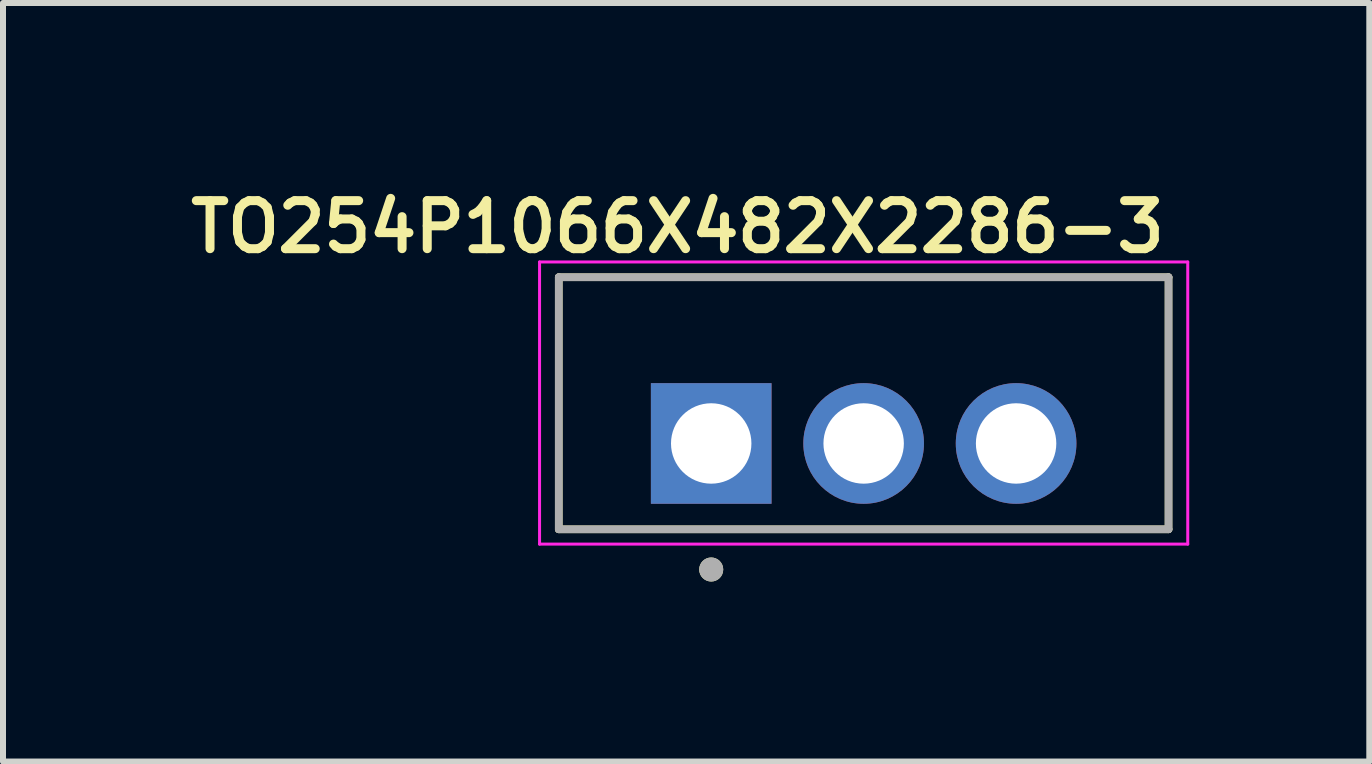
<source format=kicad_pcb>
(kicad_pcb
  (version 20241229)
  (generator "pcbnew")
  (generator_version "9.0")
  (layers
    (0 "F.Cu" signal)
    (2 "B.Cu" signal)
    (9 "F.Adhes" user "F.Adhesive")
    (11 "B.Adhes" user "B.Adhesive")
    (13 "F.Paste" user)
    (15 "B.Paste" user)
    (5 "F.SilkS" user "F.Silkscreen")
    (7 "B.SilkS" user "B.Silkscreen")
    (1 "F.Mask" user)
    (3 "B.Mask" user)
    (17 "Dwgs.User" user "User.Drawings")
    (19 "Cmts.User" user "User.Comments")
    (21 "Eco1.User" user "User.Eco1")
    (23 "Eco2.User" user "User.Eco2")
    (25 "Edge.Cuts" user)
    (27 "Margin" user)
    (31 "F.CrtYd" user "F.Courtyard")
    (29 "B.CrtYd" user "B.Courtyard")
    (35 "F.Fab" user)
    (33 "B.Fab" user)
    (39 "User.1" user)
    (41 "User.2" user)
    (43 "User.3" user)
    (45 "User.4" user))
  (footprint "TO254P1066X482X2286-3"
    (layer "F.Cu")
    (at 8.8 4.339)
    (property "Reference" "TO254P1066X482X2286-3" (at -0.56 -3.608 0) (layer "F.SilkS") (effects (font (size 0.8 0.8) (thickness 0.15))))
    (attr through_hole)
    (fp_line (start -2.54 -2.77) (end -2.54 1.43) (stroke (width 0.127) (type solid)) (layer "F.SilkS"))
    (fp_line (start -2.54 -2.77) (end 7.62 -2.77) (stroke (width 0.127) (type solid)) (layer "F.SilkS"))
    (fp_line (start -2.54 1.43) (end 7.62 1.43) (stroke (width 0.127) (type solid)) (layer "F.SilkS"))
    (fp_line (start 7.62 -2.77) (end 7.62 1.43) (stroke (width 0.127) (type solid)) (layer "F.SilkS"))
    (fp_circle (center 0 2.1) (end 0.1 2.1) (stroke (width 0.2) (type solid)) (fill no) (layer "F.SilkS"))
    (fp_line (start -2.86 -3.024) (end -2.86 1.677) (stroke (width 0.05) (type solid)) (layer "F.CrtYd"))
    (fp_line (start -2.86 -3.024) (end 7.94 -3.024) (stroke (width 0.05) (type solid)) (layer "F.CrtYd"))
    (fp_line (start -2.86 1.677) (end 7.94 1.677) (stroke (width 0.05) (type solid)) (layer "F.CrtYd"))
    (fp_line (start 7.94 -3.024) (end 7.94 1.677) (stroke (width 0.05) (type solid)) (layer "F.CrtYd"))
    (fp_line (start -2.54 -2.77) (end -2.54 1.43) (stroke (width 0.127) (type solid)) (layer "F.Fab"))
    (fp_line (start -2.54 -2.77) (end 7.62 -2.77) (stroke (width 0.127) (type solid)) (layer "F.Fab"))
    (fp_line (start -2.54 1.43) (end 7.62 1.43) (stroke (width 0.127) (type solid)) (layer "F.Fab"))
    (fp_line (start 7.62 -2.77) (end 7.62 1.43) (stroke (width 0.127) (type solid)) (layer "F.Fab"))
    (fp_circle (center 0 2.1) (end 0.1 2.1) (stroke (width 0.2) (type solid)) (fill no) (layer "F.Fab"))
    (pad "1" thru_hole rect (at 0 0) (size 2.01 2.01) (drill 1.34) (layers "*.Cu" "*.Mask"))
    (pad "2" thru_hole circle (at 2.54 0) (size 2.01 2.01) (drill 1.34) (layers "*.Cu" "*.Mask"))
    (pad "3" thru_hole circle (at 5.08 0) (size 2.01 2.01) (drill 1.34) (layers "*.Cu" "*.Mask")))
  (gr_rect
    (start -3 -3)
    (end 19.765 9.639)
    (stroke (width 0.1) (type default))
    (fill no)
    (layer "Edge.Cuts")))
</source>
